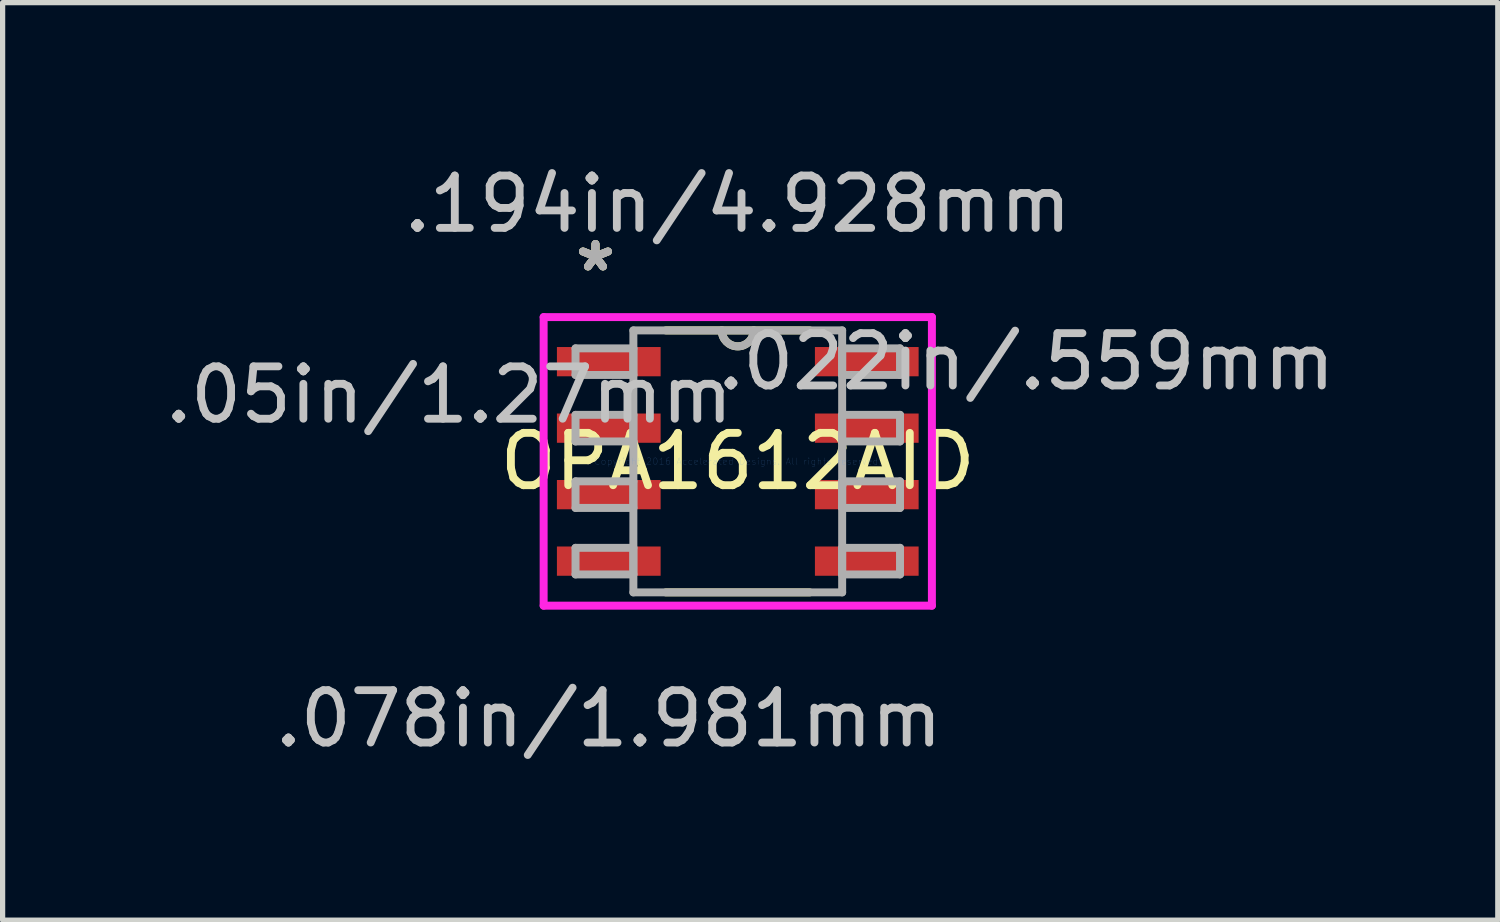
<source format=kicad_pcb>
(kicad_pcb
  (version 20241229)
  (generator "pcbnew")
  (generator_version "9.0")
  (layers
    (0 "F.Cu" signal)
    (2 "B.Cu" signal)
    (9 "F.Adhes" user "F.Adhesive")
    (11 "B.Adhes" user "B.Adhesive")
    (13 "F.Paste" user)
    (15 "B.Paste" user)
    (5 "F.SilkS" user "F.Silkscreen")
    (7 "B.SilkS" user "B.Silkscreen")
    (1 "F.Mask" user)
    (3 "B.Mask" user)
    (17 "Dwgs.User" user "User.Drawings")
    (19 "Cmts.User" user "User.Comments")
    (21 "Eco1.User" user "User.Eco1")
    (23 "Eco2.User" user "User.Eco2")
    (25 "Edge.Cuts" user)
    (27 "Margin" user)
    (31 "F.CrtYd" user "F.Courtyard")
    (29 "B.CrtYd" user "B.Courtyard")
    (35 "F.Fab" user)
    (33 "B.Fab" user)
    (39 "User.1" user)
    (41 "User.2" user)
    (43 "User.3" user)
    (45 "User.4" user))
  (footprint "OPA1612AID"
    (layer "F.Cu")
    (at 11.042 5.763)
    (property "Reference" "OPA1612AID" (at 0 0 0) (layer "F.SilkS") (effects (font (size 1 1) (thickness 0.15))))
    (attr through_hole)
    (fp_line (start -1.374 2.502) (end 1.374 2.502) (stroke (width 0.152) (type solid)) (layer "F.SilkS"))
    (fp_line (start 1.374 -2.502) (end -1.374 -2.502) (stroke (width 0.152) (type solid)) (layer "F.SilkS"))
    (fp_arc (start 0.3048 -2.5019) (mid 0 -2.1971) (end -0.3048 -2.5019) (stroke (width 0.1524) (type solid)) (layer "F.SilkS"))
    (fp_line (start -3.708 -2.756) (end 3.708 -2.756) (stroke (width 0.152) (type solid)) (layer "F.CrtYd"))
    (fp_line (start -3.708 2.756) (end -3.708 -2.756) (stroke (width 0.152) (type solid)) (layer "F.CrtYd"))
    (fp_line (start 3.708 -2.756) (end 3.708 2.756) (stroke (width 0.152) (type solid)) (layer "F.CrtYd"))
    (fp_line (start 3.708 2.756) (end -3.708 2.756) (stroke (width 0.152) (type solid)) (layer "F.CrtYd"))
    (fp_line (start -3.099 -2.159) (end -3.099 -1.651) (stroke (width 0.152) (type solid)) (layer "F.Fab"))
    (fp_line (start -3.099 -1.651) (end -1.994 -1.651) (stroke (width 0.152) (type solid)) (layer "F.Fab"))
    (fp_line (start -3.099 -0.889) (end -3.099 -0.381) (stroke (width 0.152) (type solid)) (layer "F.Fab"))
    (fp_line (start -3.099 -0.381) (end -1.994 -0.381) (stroke (width 0.152) (type solid)) (layer "F.Fab"))
    (fp_line (start -3.099 0.381) (end -3.099 0.889) (stroke (width 0.152) (type solid)) (layer "F.Fab"))
    (fp_line (start -3.099 0.889) (end -1.994 0.889) (stroke (width 0.152) (type solid)) (layer "F.Fab"))
    (fp_line (start -3.099 1.651) (end -3.099 2.159) (stroke (width 0.152) (type solid)) (layer "F.Fab"))
    (fp_line (start -3.099 2.159) (end -1.994 2.159) (stroke (width 0.152) (type solid)) (layer "F.Fab"))
    (fp_line (start -1.994 -2.502) (end -1.994 2.502) (stroke (width 0.152) (type solid)) (layer "F.Fab"))
    (fp_line (start -1.994 -2.159) (end -3.099 -2.159) (stroke (width 0.152) (type solid)) (layer "F.Fab"))
    (fp_line (start -1.994 -1.651) (end -1.994 -2.159) (stroke (width 0.152) (type solid)) (layer "F.Fab"))
    (fp_line (start -1.994 -0.889) (end -3.099 -0.889) (stroke (width 0.152) (type solid)) (layer "F.Fab"))
    (fp_line (start -1.994 -0.381) (end -1.994 -0.889) (stroke (width 0.152) (type solid)) (layer "F.Fab"))
    (fp_line (start -1.994 0.381) (end -3.099 0.381) (stroke (width 0.152) (type solid)) (layer "F.Fab"))
    (fp_line (start -1.994 0.889) (end -1.994 0.381) (stroke (width 0.152) (type solid)) (layer "F.Fab"))
    (fp_line (start -1.994 1.651) (end -3.099 1.651) (stroke (width 0.152) (type solid)) (layer "F.Fab"))
    (fp_line (start -1.994 2.159) (end -1.994 1.651) (stroke (width 0.152) (type solid)) (layer "F.Fab"))
    (fp_line (start -1.994 2.502) (end 1.994 2.502) (stroke (width 0.152) (type solid)) (layer "F.Fab"))
    (fp_line (start 1.994 -2.502) (end -1.994 -2.502) (stroke (width 0.152) (type solid)) (layer "F.Fab"))
    (fp_line (start 1.994 -2.159) (end 1.994 -1.651) (stroke (width 0.152) (type solid)) (layer "F.Fab"))
    (fp_line (start 1.994 -1.651) (end 3.099 -1.651) (stroke (width 0.152) (type solid)) (layer "F.Fab"))
    (fp_line (start 1.994 -0.889) (end 1.994 -0.381) (stroke (width 0.152) (type solid)) (layer "F.Fab"))
    (fp_line (start 1.994 -0.381) (end 3.099 -0.381) (stroke (width 0.152) (type solid)) (layer "F.Fab"))
    (fp_line (start 1.994 0.381) (end 1.994 0.889) (stroke (width 0.152) (type solid)) (layer "F.Fab"))
    (fp_line (start 1.994 0.889) (end 3.099 0.889) (stroke (width 0.152) (type solid)) (layer "F.Fab"))
    (fp_line (start 1.994 1.651) (end 1.994 2.159) (stroke (width 0.152) (type solid)) (layer "F.Fab"))
    (fp_line (start 1.994 2.159) (end 3.099 2.159) (stroke (width 0.152) (type solid)) (layer "F.Fab"))
    (fp_line (start 1.994 2.502) (end 1.994 -2.502) (stroke (width 0.152) (type solid)) (layer "F.Fab"))
    (fp_line (start 3.099 -2.159) (end 1.994 -2.159) (stroke (width 0.152) (type solid)) (layer "F.Fab"))
    (fp_line (start 3.099 -1.651) (end 3.099 -2.159) (stroke (width 0.152) (type solid)) (layer "F.Fab"))
    (fp_line (start 3.099 -0.889) (end 1.994 -0.889) (stroke (width 0.152) (type solid)) (layer "F.Fab"))
    (fp_line (start 3.099 -0.381) (end 3.099 -0.889) (stroke (width 0.152) (type solid)) (layer "F.Fab"))
    (fp_line (start 3.099 0.381) (end 1.994 0.381) (stroke (width 0.152) (type solid)) (layer "F.Fab"))
    (fp_line (start 3.099 0.889) (end 3.099 0.381) (stroke (width 0.152) (type solid)) (layer "F.Fab"))
    (fp_line (start 3.099 1.651) (end 1.994 1.651) (stroke (width 0.152) (type solid)) (layer "F.Fab"))
    (fp_line (start 3.099 2.159) (end 3.099 1.651) (stroke (width 0.152) (type solid)) (layer "F.Fab"))
    (fp_arc (start 0.3048 -2.5019) (mid 0 -2.1971) (end -0.3048 -2.5019) (stroke (width 0.1524) (type solid)) (layer "F.Fab"))
    (fp_text user "*" (at -2.718 -3.607 0) (layer "F.SilkS") (effects (font (size 1 1) (thickness 0.15))))
    (fp_text user "*" (at -2.718 -3.607 0) (layer "F.SilkS") (effects (font (size 1 1) (thickness 0.15))))
    (fp_text user ".022in/.559mm" (at 5.512 -1.905 0) (layer "Dwgs.User") (effects (font (size 1 1) (thickness 0.15))))
    (fp_text user ".078in/1.981mm" (at -2.464 4.915 0) (layer "Dwgs.User") (effects (font (size 1 1) (thickness 0.15))))
    (fp_text user ".194in/4.928mm" (at 0 -4.915 0) (layer "Dwgs.User") (effects (font (size 1 1) (thickness 0.15))))
    (fp_text user ".05in/1.27mm" (at -5.512 -1.27 0) (layer "Dwgs.User") (effects (font (size 1 1) (thickness 0.15))))
    (fp_text user "Copyright 2016 Accelerated Designs. All rights reserved." (at 0 0 0) (layer "Cmts.User") (effects (font (size 0.127 0.127) (thickness 0.002))))
    (fp_text user "*" (at -2.718 -3.607 0) (layer "F.Fab") (effects (font (size 1 1) (thickness 0.15))))
    (fp_text user "*" (at -2.718 -3.607 0) (layer "F.Fab") (effects (font (size 1 1) (thickness 0.15))))
    (pad "1" smd rect (at -2.464 -1.905) (size 1.981 0.559) (layers "F.Cu" "F.Mask" "F.Paste"))
    (pad "2" smd rect (at -2.464 -0.635) (size 1.981 0.559) (layers "F.Cu" "F.Mask" "F.Paste"))
    (pad "3" smd rect (at -2.464 0.635) (size 1.981 0.559) (layers "F.Cu" "F.Mask" "F.Paste"))
    (pad "4" smd rect (at -2.464 1.905) (size 1.981 0.559) (layers "F.Cu" "F.Mask" "F.Paste"))
    (pad "5" smd rect (at 2.464 1.905) (size 1.981 0.559) (layers "F.Cu" "F.Mask" "F.Paste"))
    (pad "6" smd rect (at 2.464 0.635) (size 1.981 0.559) (layers "F.Cu" "F.Mask" "F.Paste"))
    (pad "7" smd rect (at 2.464 -0.635) (size 1.981 0.559) (layers "F.Cu" "F.Mask" "F.Paste"))
    (pad "8" smd rect (at 2.464 -1.905) (size 1.981 0.559) (layers "F.Cu" "F.Mask" "F.Paste")))
  (gr_rect
    (start -3 -3)
    (end 25.559 14.526)
    (stroke (width 0.1) (type default))
    (fill no)
    (layer "Edge.Cuts")))
</source>
